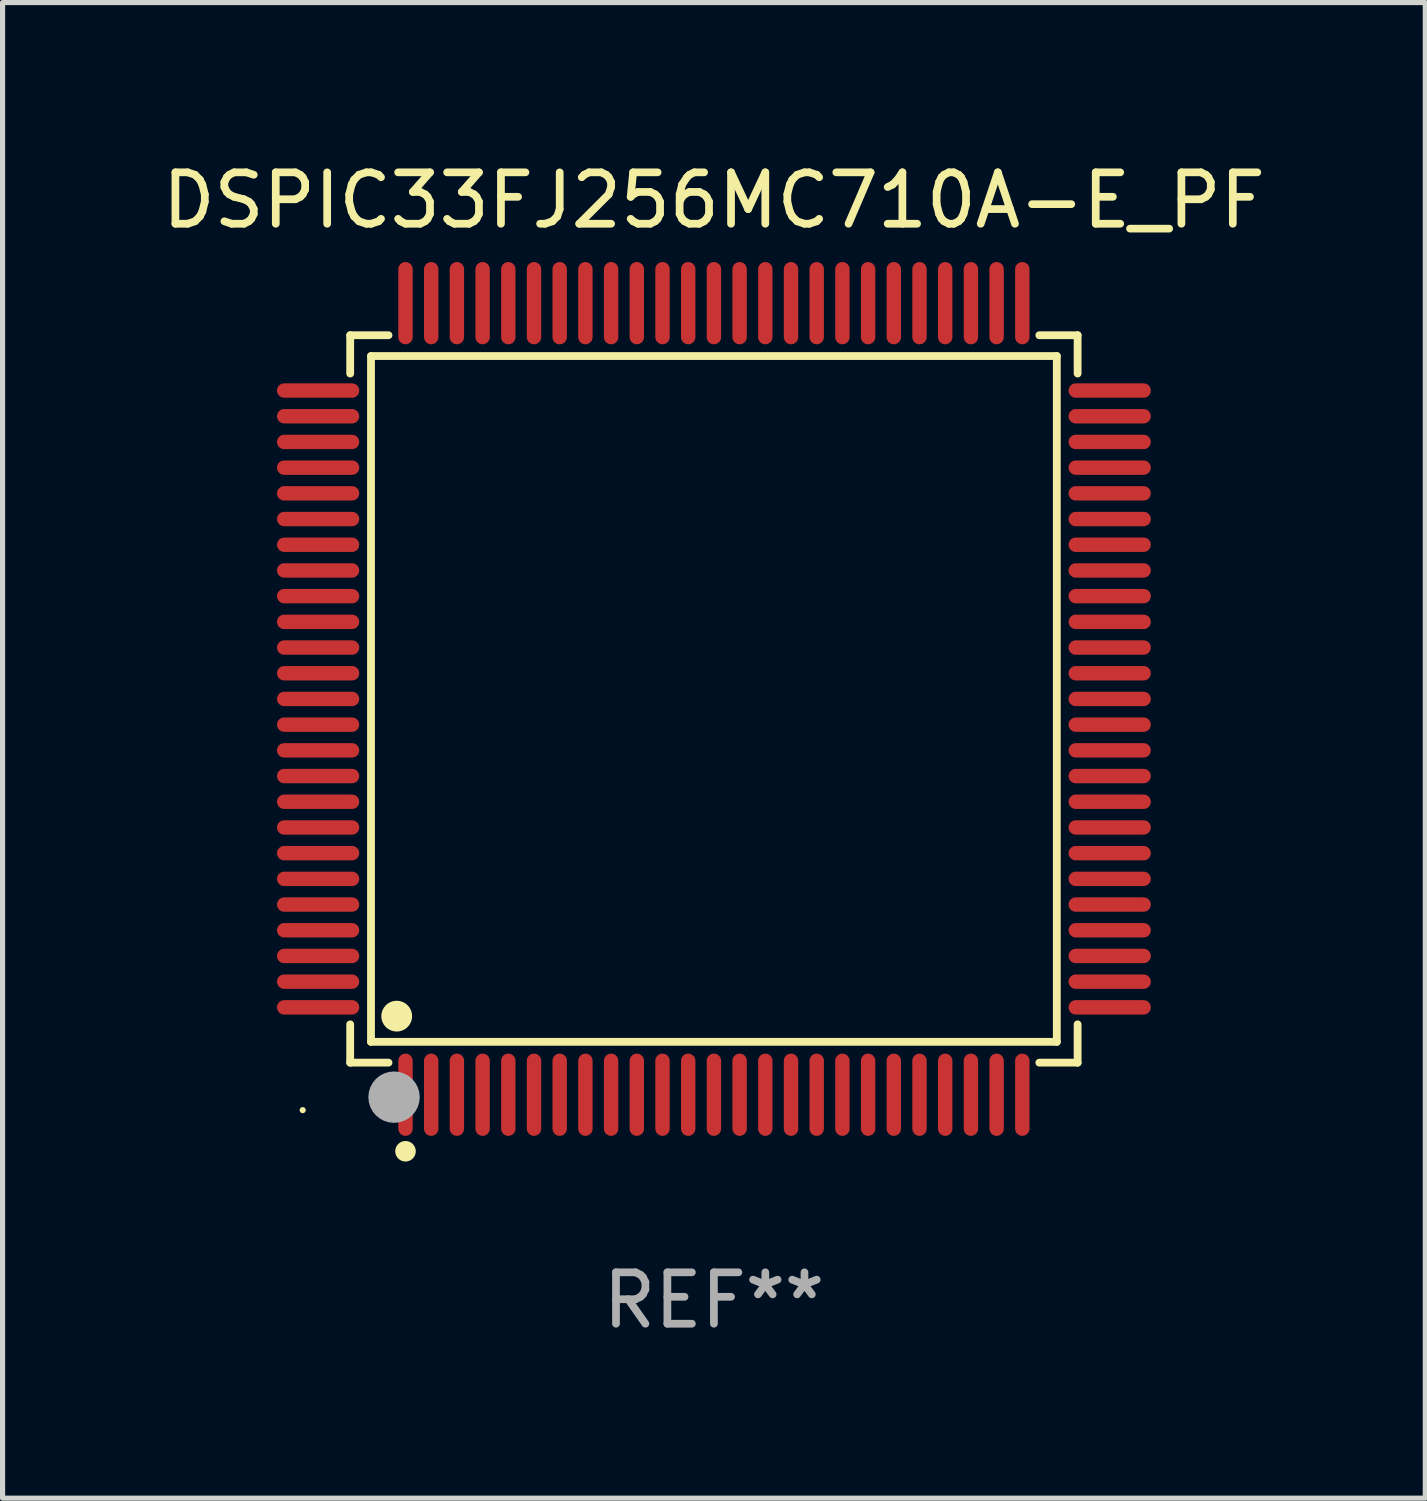
<source format=kicad_pcb>
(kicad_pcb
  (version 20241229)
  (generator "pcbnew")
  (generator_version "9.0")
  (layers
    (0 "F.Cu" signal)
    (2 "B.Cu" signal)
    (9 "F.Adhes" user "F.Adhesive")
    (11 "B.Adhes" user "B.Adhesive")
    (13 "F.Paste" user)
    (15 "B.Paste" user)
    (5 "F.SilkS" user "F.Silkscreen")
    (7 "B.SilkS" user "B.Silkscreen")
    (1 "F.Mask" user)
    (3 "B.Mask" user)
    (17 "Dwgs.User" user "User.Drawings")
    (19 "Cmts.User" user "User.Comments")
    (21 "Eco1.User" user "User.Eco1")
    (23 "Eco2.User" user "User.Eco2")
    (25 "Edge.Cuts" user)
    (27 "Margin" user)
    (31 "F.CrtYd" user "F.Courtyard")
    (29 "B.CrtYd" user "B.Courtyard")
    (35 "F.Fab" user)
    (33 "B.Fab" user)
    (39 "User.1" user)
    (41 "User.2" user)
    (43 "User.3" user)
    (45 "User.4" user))
  (footprint "DSPIC33FJ256MC710A-E_PF"
    (layer "F.Cu")
    (at 10.839 10.548)
    (property "Reference" "DSPIC33FJ256MC710A-E_PF" (at 0 -9.7 0) (layer "F.SilkS") (effects (font (size 1 1) (thickness 0.15))))
    (attr through_hole)
    (fp_line (start -7.076 -7.076) (end -6.331 -7.076) (stroke (width 0.152) (type solid)) (layer "F.SilkS"))
    (fp_line (start -7.076 -6.331) (end -7.076 -7.076) (stroke (width 0.152) (type solid)) (layer "F.SilkS"))
    (fp_line (start -7.076 6.331) (end -7.076 7.076) (stroke (width 0.152) (type solid)) (layer "F.SilkS"))
    (fp_line (start -7.076 7.076) (end -6.331 7.076) (stroke (width 0.152) (type solid)) (layer "F.SilkS"))
    (fp_line (start -6.671 -6.671) (end 6.671 -6.671) (stroke (width 0.152) (type solid)) (layer "F.SilkS"))
    (fp_line (start -6.671 6.671) (end -6.671 -6.671) (stroke (width 0.152) (type solid)) (layer "F.SilkS"))
    (fp_line (start 6.671 -6.671) (end 6.671 6.671) (stroke (width 0.152) (type solid)) (layer "F.SilkS"))
    (fp_line (start 6.671 6.671) (end -6.671 6.671) (stroke (width 0.152) (type solid)) (layer "F.SilkS"))
    (fp_line (start 7.076 -7.076) (end 6.331 -7.076) (stroke (width 0.152) (type solid)) (layer "F.SilkS"))
    (fp_line (start 7.076 -6.331) (end 7.076 -7.076) (stroke (width 0.152) (type solid)) (layer "F.SilkS"))
    (fp_line (start 7.076 6.331) (end 7.076 7.076) (stroke (width 0.152) (type solid)) (layer "F.SilkS"))
    (fp_line (start 7.076 7.076) (end 6.331 7.076) (stroke (width 0.152) (type solid)) (layer "F.SilkS"))
    (fp_circle (center -8 8) (end -7.97 8) (stroke (width 0.06) (type solid)) (fill no) (layer "F.SilkS"))
    (fp_circle (center -6.171 6.171) (end -6.021 6.171) (stroke (width 0.3) (type solid)) (fill no) (layer "F.SilkS"))
    (fp_circle (center -6 8.8) (end -5.9 8.8) (stroke (width 0.2) (type solid)) (fill no) (layer "F.SilkS"))
    (fp_circle (center -6.223 7.747) (end -5.973 7.747) (stroke (width 0.5) (type solid)) (fill no) (layer "F.Fab"))
    (fp_text user "REF**" (at 0 11.7 0) (layer "F.Fab") (effects (font (size 1 1) (thickness 0.15))))
    (pad "1" smd oval (at -6 7.7) (size 0.28 1.6) (layers "F.Cu" "F.Mask" "F.Paste"))
    (pad "2" smd oval (at -5.5 7.7) (size 0.28 1.6) (layers "F.Cu" "F.Mask" "F.Paste"))
    (pad "3" smd oval (at -5 7.7) (size 0.28 1.6) (layers "F.Cu" "F.Mask" "F.Paste"))
    (pad "4" smd oval (at -4.5 7.7) (size 0.28 1.6) (layers "F.Cu" "F.Mask" "F.Paste"))
    (pad "5" smd oval (at -4 7.7) (size 0.28 1.6) (layers "F.Cu" "F.Mask" "F.Paste"))
    (pad "6" smd oval (at -3.5 7.7) (size 0.28 1.6) (layers "F.Cu" "F.Mask" "F.Paste"))
    (pad "7" smd oval (at -3 7.7) (size 0.28 1.6) (layers "F.Cu" "F.Mask" "F.Paste"))
    (pad "8" smd oval (at -2.5 7.7) (size 0.28 1.6) (layers "F.Cu" "F.Mask" "F.Paste"))
    (pad "9" smd oval (at -2 7.7) (size 0.28 1.6) (layers "F.Cu" "F.Mask" "F.Paste"))
    (pad "10" smd oval (at -1.5 7.7) (size 0.28 1.6) (layers "F.Cu" "F.Mask" "F.Paste"))
    (pad "11" smd oval (at -1 7.7) (size 0.28 1.6) (layers "F.Cu" "F.Mask" "F.Paste"))
    (pad "12" smd oval (at -0.5 7.7) (size 0.28 1.6) (layers "F.Cu" "F.Mask" "F.Paste"))
    (pad "13" smd oval (at 0 7.7) (size 0.28 1.6) (layers "F.Cu" "F.Mask" "F.Paste"))
    (pad "14" smd oval (at 0.5 7.7) (size 0.28 1.6) (layers "F.Cu" "F.Mask" "F.Paste"))
    (pad "15" smd oval (at 1 7.7) (size 0.28 1.6) (layers "F.Cu" "F.Mask" "F.Paste"))
    (pad "16" smd oval (at 1.5 7.7) (size 0.28 1.6) (layers "F.Cu" "F.Mask" "F.Paste"))
    (pad "17" smd oval (at 2 7.7) (size 0.28 1.6) (layers "F.Cu" "F.Mask" "F.Paste"))
    (pad "18" smd oval (at 2.5 7.7) (size 0.28 1.6) (layers "F.Cu" "F.Mask" "F.Paste"))
    (pad "19" smd oval (at 3 7.7) (size 0.28 1.6) (layers "F.Cu" "F.Mask" "F.Paste"))
    (pad "20" smd oval (at 3.5 7.7) (size 0.28 1.6) (layers "F.Cu" "F.Mask" "F.Paste"))
    (pad "21" smd oval (at 4 7.7) (size 0.28 1.6) (layers "F.Cu" "F.Mask" "F.Paste"))
    (pad "22" smd oval (at 4.5 7.7) (size 0.28 1.6) (layers "F.Cu" "F.Mask" "F.Paste"))
    (pad "23" smd oval (at 5 7.7) (size 0.28 1.6) (layers "F.Cu" "F.Mask" "F.Paste"))
    (pad "24" smd oval (at 5.5 7.7) (size 0.28 1.6) (layers "F.Cu" "F.Mask" "F.Paste"))
    (pad "25" smd oval (at 6 7.7) (size 0.28 1.6) (layers "F.Cu" "F.Mask" "F.Paste"))
    (pad "26" smd oval (at 7.7 6) (size 1.6 0.28) (layers "F.Cu" "F.Mask" "F.Paste"))
    (pad "27" smd oval (at 7.7 5.5) (size 1.6 0.28) (layers "F.Cu" "F.Mask" "F.Paste"))
    (pad "28" smd oval (at 7.7 5) (size 1.6 0.28) (layers "F.Cu" "F.Mask" "F.Paste"))
    (pad "29" smd oval (at 7.7 4.5) (size 1.6 0.28) (layers "F.Cu" "F.Mask" "F.Paste"))
    (pad "30" smd oval (at 7.7 4) (size 1.6 0.28) (layers "F.Cu" "F.Mask" "F.Paste"))
    (pad "31" smd oval (at 7.7 3.5) (size 1.6 0.28) (layers "F.Cu" "F.Mask" "F.Paste"))
    (pad "32" smd oval (at 7.7 3) (size 1.6 0.28) (layers "F.Cu" "F.Mask" "F.Paste"))
    (pad "33" smd oval (at 7.7 2.5) (size 1.6 0.28) (layers "F.Cu" "F.Mask" "F.Paste"))
    (pad "34" smd oval (at 7.7 2) (size 1.6 0.28) (layers "F.Cu" "F.Mask" "F.Paste"))
    (pad "35" smd oval (at 7.7 1.5) (size 1.6 0.28) (layers "F.Cu" "F.Mask" "F.Paste"))
    (pad "36" smd oval (at 7.7 1) (size 1.6 0.28) (layers "F.Cu" "F.Mask" "F.Paste"))
    (pad "37" smd oval (at 7.7 0.5) (size 1.6 0.28) (layers "F.Cu" "F.Mask" "F.Paste"))
    (pad "38" smd oval (at 7.7 0) (size 1.6 0.28) (layers "F.Cu" "F.Mask" "F.Paste"))
    (pad "39" smd oval (at 7.7 -0.5) (size 1.6 0.28) (layers "F.Cu" "F.Mask" "F.Paste"))
    (pad "40" smd oval (at 7.7 -1) (size 1.6 0.28) (layers "F.Cu" "F.Mask" "F.Paste"))
    (pad "41" smd oval (at 7.7 -1.5) (size 1.6 0.28) (layers "F.Cu" "F.Mask" "F.Paste"))
    (pad "42" smd oval (at 7.7 -2) (size 1.6 0.28) (layers "F.Cu" "F.Mask" "F.Paste"))
    (pad "43" smd oval (at 7.7 -2.5) (size 1.6 0.28) (layers "F.Cu" "F.Mask" "F.Paste"))
    (pad "44" smd oval (at 7.7 -3) (size 1.6 0.28) (layers "F.Cu" "F.Mask" "F.Paste"))
    (pad "45" smd oval (at 7.7 -3.5) (size 1.6 0.28) (layers "F.Cu" "F.Mask" "F.Paste"))
    (pad "46" smd oval (at 7.7 -4) (size 1.6 0.28) (layers "F.Cu" "F.Mask" "F.Paste"))
    (pad "47" smd oval (at 7.7 -4.5) (size 1.6 0.28) (layers "F.Cu" "F.Mask" "F.Paste"))
    (pad "48" smd oval (at 7.7 -5) (size 1.6 0.28) (layers "F.Cu" "F.Mask" "F.Paste"))
    (pad "49" smd oval (at 7.7 -5.5) (size 1.6 0.28) (layers "F.Cu" "F.Mask" "F.Paste"))
    (pad "50" smd oval (at 7.7 -6) (size 1.6 0.28) (layers "F.Cu" "F.Mask" "F.Paste"))
    (pad "51" smd oval (at 6 -7.7) (size 0.28 1.6) (layers "F.Cu" "F.Mask" "F.Paste"))
    (pad "52" smd oval (at 5.5 -7.7) (size 0.28 1.6) (layers "F.Cu" "F.Mask" "F.Paste"))
    (pad "53" smd oval (at 5 -7.7) (size 0.28 1.6) (layers "F.Cu" "F.Mask" "F.Paste"))
    (pad "54" smd oval (at 4.5 -7.7) (size 0.28 1.6) (layers "F.Cu" "F.Mask" "F.Paste"))
    (pad "55" smd oval (at 4 -7.7) (size 0.28 1.6) (layers "F.Cu" "F.Mask" "F.Paste"))
    (pad "56" smd oval (at 3.5 -7.7) (size 0.28 1.6) (layers "F.Cu" "F.Mask" "F.Paste"))
    (pad "57" smd oval (at 3 -7.7) (size 0.28 1.6) (layers "F.Cu" "F.Mask" "F.Paste"))
    (pad "58" smd oval (at 2.5 -7.7) (size 0.28 1.6) (layers "F.Cu" "F.Mask" "F.Paste"))
    (pad "59" smd oval (at 2 -7.7) (size 0.28 1.6) (layers "F.Cu" "F.Mask" "F.Paste"))
    (pad "60" smd oval (at 1.5 -7.7) (size 0.28 1.6) (layers "F.Cu" "F.Mask" "F.Paste"))
    (pad "61" smd oval (at 1 -7.7) (size 0.28 1.6) (layers "F.Cu" "F.Mask" "F.Paste"))
    (pad "62" smd oval (at 0.5 -7.7) (size 0.28 1.6) (layers "F.Cu" "F.Mask" "F.Paste"))
    (pad "63" smd oval (at 0 -7.7) (size 0.28 1.6) (layers "F.Cu" "F.Mask" "F.Paste"))
    (pad "64" smd oval (at -0.5 -7.7) (size 0.28 1.6) (layers "F.Cu" "F.Mask" "F.Paste"))
    (pad "65" smd oval (at -1 -7.7) (size 0.28 1.6) (layers "F.Cu" "F.Mask" "F.Paste"))
    (pad "66" smd oval (at -1.5 -7.7) (size 0.28 1.6) (layers "F.Cu" "F.Mask" "F.Paste"))
    (pad "67" smd oval (at -2 -7.7) (size 0.28 1.6) (layers "F.Cu" "F.Mask" "F.Paste"))
    (pad "68" smd oval (at -2.5 -7.7) (size 0.28 1.6) (layers "F.Cu" "F.Mask" "F.Paste"))
    (pad "69" smd oval (at -3 -7.7) (size 0.28 1.6) (layers "F.Cu" "F.Mask" "F.Paste"))
    (pad "70" smd oval (at -3.5 -7.7) (size 0.28 1.6) (layers "F.Cu" "F.Mask" "F.Paste"))
    (pad "71" smd oval (at -4 -7.7) (size 0.28 1.6) (layers "F.Cu" "F.Mask" "F.Paste"))
    (pad "72" smd oval (at -4.5 -7.7) (size 0.28 1.6) (layers "F.Cu" "F.Mask" "F.Paste"))
    (pad "73" smd oval (at -5 -7.7) (size 0.28 1.6) (layers "F.Cu" "F.Mask" "F.Paste"))
    (pad "74" smd oval (at -5.5 -7.7) (size 0.28 1.6) (layers "F.Cu" "F.Mask" "F.Paste"))
    (pad "75" smd oval (at -6 -7.7) (size 0.28 1.6) (layers "F.Cu" "F.Mask" "F.Paste"))
    (pad "76" smd oval (at -7.7 -6) (size 1.6 0.28) (layers "F.Cu" "F.Mask" "F.Paste"))
    (pad "77" smd oval (at -7.7 -5.5) (size 1.6 0.28) (layers "F.Cu" "F.Mask" "F.Paste"))
    (pad "78" smd oval (at -7.7 -5) (size 1.6 0.28) (layers "F.Cu" "F.Mask" "F.Paste"))
    (pad "79" smd oval (at -7.7 -4.5) (size 1.6 0.28) (layers "F.Cu" "F.Mask" "F.Paste"))
    (pad "80" smd oval (at -7.7 -4) (size 1.6 0.28) (layers "F.Cu" "F.Mask" "F.Paste"))
    (pad "81" smd oval (at -7.7 -3.5) (size 1.6 0.28) (layers "F.Cu" "F.Mask" "F.Paste"))
    (pad "82" smd oval (at -7.7 -3) (size 1.6 0.28) (layers "F.Cu" "F.Mask" "F.Paste"))
    (pad "83" smd oval (at -7.7 -2.5) (size 1.6 0.28) (layers "F.Cu" "F.Mask" "F.Paste"))
    (pad "84" smd oval (at -7.7 -2) (size 1.6 0.28) (layers "F.Cu" "F.Mask" "F.Paste"))
    (pad "85" smd oval (at -7.7 -1.5) (size 1.6 0.28) (layers "F.Cu" "F.Mask" "F.Paste"))
    (pad "86" smd oval (at -7.7 -1) (size 1.6 0.28) (layers "F.Cu" "F.Mask" "F.Paste"))
    (pad "87" smd oval (at -7.7 -0.5) (size 1.6 0.28) (layers "F.Cu" "F.Mask" "F.Paste"))
    (pad "88" smd oval (at -7.7 0) (size 1.6 0.28) (layers "F.Cu" "F.Mask" "F.Paste"))
    (pad "89" smd oval (at -7.7 0.5) (size 1.6 0.28) (layers "F.Cu" "F.Mask" "F.Paste"))
    (pad "90" smd oval (at -7.7 1) (size 1.6 0.28) (layers "F.Cu" "F.Mask" "F.Paste"))
    (pad "91" smd oval (at -7.7 1.5) (size 1.6 0.28) (layers "F.Cu" "F.Mask" "F.Paste"))
    (pad "92" smd oval (at -7.7 2) (size 1.6 0.28) (layers "F.Cu" "F.Mask" "F.Paste"))
    (pad "93" smd oval (at -7.7 2.5) (size 1.6 0.28) (layers "F.Cu" "F.Mask" "F.Paste"))
    (pad "94" smd oval (at -7.7 3) (size 1.6 0.28) (layers "F.Cu" "F.Mask" "F.Paste"))
    (pad "95" smd oval (at -7.7 3.5) (size 1.6 0.28) (layers "F.Cu" "F.Mask" "F.Paste"))
    (pad "96" smd oval (at -7.7 4) (size 1.6 0.28) (layers "F.Cu" "F.Mask" "F.Paste"))
    (pad "97" smd oval (at -7.7 4.5) (size 1.6 0.28) (layers "F.Cu" "F.Mask" "F.Paste"))
    (pad "98" smd oval (at -7.7 5) (size 1.6 0.28) (layers "F.Cu" "F.Mask" "F.Paste"))
    (pad "99" smd oval (at -7.7 5.5) (size 1.6 0.28) (layers "F.Cu" "F.Mask" "F.Paste"))
    (pad "100" smd oval (at -7.7 6) (size 1.6 0.28) (layers "F.Cu" "F.Mask" "F.Paste")))
  (gr_rect
    (start -3 -3)
    (end 24.679 26.097)
    (stroke (width 0.1) (type default))
    (fill no)
    (layer "Edge.Cuts")))
</source>
